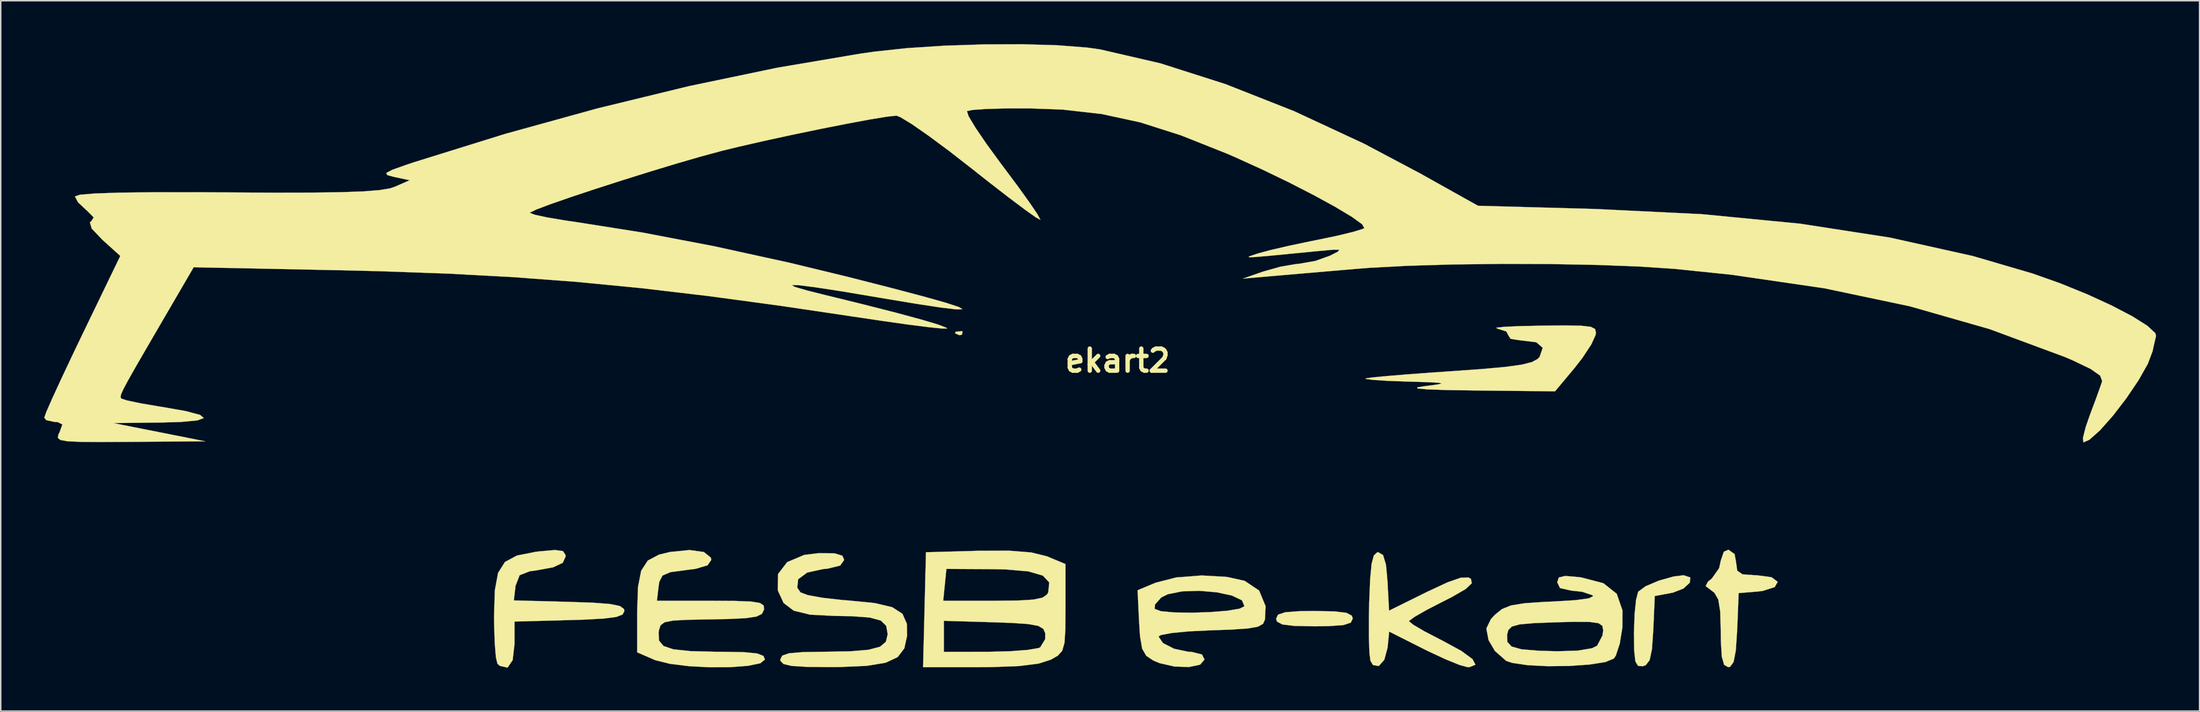
<source format=kicad_pcb>
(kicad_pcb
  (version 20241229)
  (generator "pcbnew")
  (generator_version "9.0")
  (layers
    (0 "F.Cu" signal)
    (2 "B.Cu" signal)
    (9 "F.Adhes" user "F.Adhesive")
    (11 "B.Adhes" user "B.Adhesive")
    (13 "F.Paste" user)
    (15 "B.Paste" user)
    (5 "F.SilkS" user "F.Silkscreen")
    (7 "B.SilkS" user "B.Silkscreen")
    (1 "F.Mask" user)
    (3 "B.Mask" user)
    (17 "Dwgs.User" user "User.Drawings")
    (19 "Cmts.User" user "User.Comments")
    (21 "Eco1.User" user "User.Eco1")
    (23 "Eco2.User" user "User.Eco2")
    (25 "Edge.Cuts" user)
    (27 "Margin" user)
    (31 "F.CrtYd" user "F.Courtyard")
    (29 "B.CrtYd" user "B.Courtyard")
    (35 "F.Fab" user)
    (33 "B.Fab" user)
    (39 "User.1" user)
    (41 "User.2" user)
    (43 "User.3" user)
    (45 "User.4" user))
  (footprint "ekart2"
    (layer "F.Cu")
    (at 74.088 21.857)
    (property "Reference" "ekart2" (at 0 0 0) (layer "F.SilkS") (effects (font (size 1.524 1.524) (thickness 0.3))))
    (attr through_hole)
    (fp_poly (pts (xy -10.701 -1.999) (xy -10.749 -1.789) (xy -10.936 -1.764) (xy -11.226 -1.893) (xy -11.171 -1.999) (xy -10.753 -2.041) (xy -10.701 -1.999)) (stroke (width 0.01) (type solid)) (fill yes) (layer "F.SilkS"))
    (fp_poly (pts (xy 14.978 17.314) (xy 15.797 17.414) (xy 16.167 17.612) (xy 16.228 17.815) (xy 16.089 18.094) (xy 15.588 18.258) (xy 14.598 18.332) (xy 13.582 18.344) (xy 12.186 18.317) (xy 11.367 18.217) (xy 10.997 18.018) (xy 10.936 17.815) (xy 11.075 17.536) (xy 11.576 17.372) (xy 12.566 17.298) (xy 13.582 17.286) (xy 14.978 17.314)) (stroke (width 0.01) (type solid)) (fill yes) (layer "F.SilkS"))
    (fp_poly (pts (xy 39.528 14.973) (xy 39.489 15.333) (xy 39.053 15.735) (xy 38.326 16.019) (xy 38.292 16.025) (xy 37.073 16.254) (xy 36.969 18.618) (xy 36.878 19.928) (xy 36.718 20.682) (xy 36.448 21.03) (xy 36.248 21.101) (xy 35.92 21.08) (xy 35.733 20.766) (xy 35.651 20.019) (xy 35.636 18.811) (xy 35.678 17.526) (xy 35.784 16.497) (xy 35.925 15.957) (xy 36.44 15.577) (xy 37.354 15.19) (xy 38.372 14.903) (xy 39.068 14.817) (xy 39.528 14.973)) (stroke (width 0.01) (type solid)) (fill yes) (layer "F.SilkS"))
    (fp_poly (pts (xy 42.583 13.359) (xy 42.686 13.935) (xy 42.763 14.503) (xy 43.126 14.755) (xy 43.974 14.816) (xy 44.097 14.817) (xy 45.135 14.954) (xy 45.557 15.274) (xy 45.35 15.637) (xy 44.505 15.905) (xy 44.185 15.942) (xy 42.862 16.051) (xy 42.759 18.609) (xy 42.667 20.004) (xy 42.513 20.809) (xy 42.269 21.141) (xy 42.141 21.167) (xy 41.86 21.007) (xy 41.699 20.446) (xy 41.633 19.359) (xy 41.628 18.715) (xy 41.59 17.334) (xy 41.455 16.492) (xy 41.184 16.024) (xy 41.01 15.893) (xy 40.586 15.57) (xy 40.737 15.265) (xy 41.01 15.043) (xy 41.516 14.326) (xy 41.628 13.808) (xy 41.837 13.195) (xy 42.157 13.053) (xy 42.583 13.359)) (stroke (width 0.01) (type solid)) (fill yes) (layer "F.SilkS"))
    (fp_poly (pts (xy -38.286 13.147) (xy -38.106 13.415) (xy -38.1 13.526) (xy -38.297 13.961) (xy -38.959 14.27) (xy -40.193 14.496) (xy -40.569 14.542) (xy -41.274 14.816) (xy -41.556 15.551) (xy -41.562 15.598) (xy -41.672 16.556) (xy -37.858 16.657) (xy -36.129 16.719) (xy -34.996 16.809) (xy -34.348 16.947) (xy -34.074 17.148) (xy -34.043 17.286) (xy -34.165 17.53) (xy -34.604 17.699) (xy -35.472 17.811) (xy -36.878 17.886) (xy -37.835 17.915) (xy -41.628 18.016) (xy -41.628 19.591) (xy -41.755 20.683) (xy -42.105 21.196) (xy -42.633 21.081) (xy -42.804 20.931) (xy -42.91 20.494) (xy -42.991 19.528) (xy -43.035 18.211) (xy -43.039 17.635) (xy -42.985 15.858) (xy -42.763 14.655) (xy -42.284 13.897) (xy -41.458 13.456) (xy -40.196 13.205) (xy -39.912 13.169) (xy -38.834 13.075) (xy -38.286 13.147)) (stroke (width 0.01) (type solid)) (fill yes) (layer "F.SilkS"))
    (fp_poly (pts (xy 18.321 13.426) (xy 18.522 14.097) (xy 18.626 15.246) (xy 18.732 17.263) (xy 21.356 15.965) (xy 22.764 15.308) (xy 23.681 14.988) (xy 24.22 14.972) (xy 24.387 15.073) (xy 24.443 15.371) (xy 24.026 15.769) (xy 23.058 16.328) (xy 22.451 16.635) (xy 21.321 17.218) (xy 20.49 17.694) (xy 20.115 17.973) (xy 20.108 17.992) (xy 20.401 18.234) (xy 21.171 18.686) (xy 22.262 19.254) (xy 22.401 19.324) (xy 23.719 20.041) (xy 24.496 20.611) (xy 24.696 20.998) (xy 24.283 21.163) (xy 24.156 21.167) (xy 23.597 21.015) (xy 22.611 20.614) (xy 21.394 20.045) (xy 21.18 19.939) (xy 18.741 18.71) (xy 18.631 19.823) (xy 18.406 20.656) (xy 18.022 21.091) (xy 17.621 21.017) (xy 17.449 20.73) (xy 17.378 20.181) (xy 17.34 19.106) (xy 17.341 17.684) (xy 17.361 16.732) (xy 17.428 15.084) (xy 17.528 14.029) (xy 17.682 13.451) (xy 17.909 13.239) (xy 17.992 13.229) (xy 18.321 13.426)) (stroke (width 0.01) (type solid)) (fill yes) (layer "F.SilkS"))
    (fp_poly (pts (xy 32.006 -2.413) (xy 32.657 -2.338) (xy 32.953 -2.187) (xy 33.011 -1.942) (xy 32.986 -1.768) (xy 32.692 -1.121) (xy 32.078 -0.19) (xy 31.52 0.525) (xy 30.189 2.117) (xy 24.708 2.059) (xy 22.686 2.028) (xy 21.354 1.982) (xy 20.693 1.92) (xy 20.689 1.842) (xy 21.167 1.764) (xy 22.025 1.652) (xy 22.373 1.576) (xy 22.159 1.524) (xy 21.337 1.482) (xy 19.932 1.441) (xy 18.585 1.391) (xy 17.602 1.327) (xy 17.118 1.259) (xy 17.11 1.226) (xy 17.567 1.159) (xy 18.6 1.06) (xy 20.081 0.938) (xy 21.881 0.806) (xy 23.068 0.725) (xy 25.247 0.569) (xy 26.826 0.423) (xy 27.907 0.271) (xy 28.594 0.095) (xy 28.992 -0.121) (xy 29.123 -0.262) (xy 29.34 -0.888) (xy 28.895 -1.27) (xy 27.79 -1.405) (xy 27.76 -1.406) (xy 27.119 -1.507) (xy 26.973 -1.74) (xy 26.825 -2.018) (xy 26.2 -2.216) (xy 26.133 -2.278) (xy 26.673 -2.336) (xy 27.723 -2.385) (xy 29.172 -2.417) (xy 30.883 -2.433) (xy 32.006 -2.413)) (stroke (width 0.01) (type solid)) (fill yes) (layer "F.SilkS"))
    (fp_poly (pts (xy -5.96 13.244) (xy -4.893 13.506) (xy -4.816 13.537) (xy -3.598 14.046) (xy -3.598 17.086) (xy -3.608 18.558) (xy -3.668 19.487) (xy -3.825 20.036) (xy -4.125 20.37) (xy -4.604 20.647) (xy -5.455 20.92) (xy -6.797 21.089) (xy -8.719 21.162) (xy -9.519 21.167) (xy -13.429 21.167) (xy -13.402 20.108) (xy -11.994 20.108) (xy -8.908 20.103) (xy -7.457 20.068) (xy -6.25 19.978) (xy -5.482 19.851) (xy -5.345 19.796) (xy -5.004 19.238) (xy -4.996 18.831) (xy -5.13 18.521) (xy -5.477 18.316) (xy -6.168 18.189) (xy -7.338 18.11) (xy -8.559 18.067) (xy -11.994 17.966) (xy -11.994 20.108) (xy -13.402 20.108) (xy -13.313 16.581) (xy -12.039 16.581) (xy -8.527 16.581) (xy -6.881 16.563) (xy -5.81 16.498) (xy -5.183 16.364) (xy -4.868 16.14) (xy -4.787 15.989) (xy -4.721 15.317) (xy -5.159 14.846) (xy -6.156 14.553) (xy -7.768 14.415) (xy -8.68 14.398) (xy -11.818 14.381) (xy -12.039 16.581) (xy -13.313 16.581) (xy -13.229 13.229) (xy -9.631 13.129) (xy -7.502 13.122) (xy -5.96 13.244)) (stroke (width 0.01) (type solid)) (fill yes) (layer "F.SilkS"))
    (fp_poly (pts (xy 7.542 14.932) (xy 8.769 15.205) (xy 9.765 15.875) (xy 10.21 16.947) (xy 10.169 17.876) (xy 10.036 18.172) (xy 9.685 18.37) (xy 8.988 18.495) (xy 7.817 18.574) (xy 6.434 18.621) (xy 4.934 18.693) (xy 3.738 18.807) (xy 2.995 18.945) (xy 2.822 19.05) (xy 3.132 19.504) (xy 3.894 19.893) (xy 4.857 20.099) (xy 5.092 20.108) (xy 5.819 20.288) (xy 5.997 20.637) (xy 5.694 20.993) (xy 4.929 21.156) (xy 3.921 21.123) (xy 2.891 20.888) (xy 2.469 20.712) (xy 1.974 20.381) (xy 1.69 19.886) (xy 1.544 19.03) (xy 1.482 18.06) (xy 1.438 17.144) (xy 2.558 17.144) (xy 2.989 17.301) (xy 3.907 17.385) (xy 5.112 17.404) (xy 6.4 17.363) (xy 7.572 17.268) (xy 8.424 17.125) (xy 8.752 16.958) (xy 8.579 16.548) (xy 7.884 16.221) (xy 6.845 15.997) (xy 5.642 15.894) (xy 4.456 15.931) (xy 3.465 16.128) (xy 3.012 16.351) (xy 2.579 16.84) (xy 2.558 17.144) (xy 1.438 17.144) (xy 1.377 15.853) (xy 2.617 15.335) (xy 4.039 14.97) (xy 5.792 14.833) (xy 7.542 14.932)) (stroke (width 0.01) (type solid)) (fill yes) (layer "F.SilkS"))
    (fp_poly (pts (xy -19.538 13.305) (xy -18.999 13.467) (xy -18.874 13.758) (xy -19.152 14.152) (xy -20.035 14.367) (xy -20.342 14.394) (xy -21.426 14.632) (xy -22.048 15.093) (xy -22.113 15.675) (xy -21.887 16.001) (xy -21.387 16.19) (xy -20.372 16.375) (xy -19.035 16.525) (xy -18.578 16.56) (xy -16.765 16.738) (xy -15.555 17.025) (xy -14.849 17.482) (xy -14.547 18.17) (xy -14.534 19.012) (xy -14.722 19.869) (xy -15.182 20.472) (xy -16.015 20.861) (xy -17.32 21.076) (xy -19.199 21.157) (xy -19.844 21.161) (xy -21.465 21.146) (xy -22.498 21.081) (xy -23.061 20.949) (xy -23.271 20.733) (xy -23.283 20.637) (xy -23.152 20.369) (xy -22.677 20.206) (xy -21.732 20.125) (xy -20.373 20.104) (xy -18.483 20.072) (xy -17.193 19.964) (xy -16.398 19.753) (xy -15.993 19.409) (xy -15.875 18.903) (xy -15.875 18.87) (xy -15.974 18.31) (xy -16.349 17.946) (xy -17.119 17.738) (xy -18.4 17.645) (xy -19.52 17.628) (xy -21.221 17.542) (xy -22.356 17.265) (xy -23.053 16.738) (xy -23.439 15.904) (xy -23.458 15.831) (xy -23.438 14.734) (xy -22.808 13.91) (xy -21.628 13.413) (xy -20.632 13.293) (xy -19.538 13.305)) (stroke (width 0.01) (type solid)) (fill yes) (layer "F.SilkS"))
    (fp_poly (pts (xy -28.556 13.215) (xy -28.073 13.603) (xy -28.046 13.758) (xy -28.301 14.13) (xy -29.123 14.375) (xy -29.81 14.464) (xy -30.866 14.606) (xy -31.409 14.836) (xy -31.633 15.271) (xy -31.685 15.61) (xy -31.797 16.581) (xy -28.043 16.581) (xy -26.376 16.591) (xy -25.296 16.635) (xy -24.686 16.734) (xy -24.428 16.907) (xy -24.405 17.173) (xy -24.409 17.198) (xy -24.55 17.484) (xy -24.925 17.671) (xy -25.663 17.783) (xy -26.892 17.842) (xy -28.051 17.865) (xy -29.652 17.894) (xy -30.68 17.949) (xy -31.269 18.065) (xy -31.55 18.276) (xy -31.657 18.614) (xy -31.681 18.789) (xy -31.653 19.329) (xy -31.347 19.701) (xy -30.662 19.934) (xy -29.497 20.057) (xy -27.753 20.101) (xy -27.252 20.104) (xy -25.778 20.13) (xy -24.884 20.218) (xy -24.447 20.39) (xy -24.342 20.637) (xy -24.664 20.898) (xy -25.518 21.074) (xy -26.737 21.166) (xy -28.151 21.174) (xy -29.593 21.098) (xy -30.894 20.937) (xy -31.885 20.692) (xy -32.015 20.641) (xy -33.161 20.142) (xy -33.161 17.328) (xy -33.105 15.635) (xy -32.885 14.506) (xy -32.429 13.805) (xy -31.661 13.396) (xy -30.903 13.212) (xy -29.543 13.076) (xy -28.556 13.215)) (stroke (width 0.01) (type solid)) (fill yes) (layer "F.SilkS"))
    (fp_poly (pts (xy 31.832 14.947) (xy 32.015 14.973) (xy 33.527 15.369) (xy 34.447 16.098) (xy 34.843 17.244) (xy 34.835 18.45) (xy 34.656 19.541) (xy 34.388 20.36) (xy 34.252 20.57) (xy 33.657 20.814) (xy 32.561 20.986) (xy 31.169 21.083) (xy 29.681 21.099) (xy 28.301 21.03) (xy 27.231 20.872) (xy 26.817 20.731) (xy 26.039 20.049) (xy 25.6 19.299) (xy 25.53 18.932) (xy 26.879 18.932) (xy 26.896 19.419) (xy 27.189 19.74) (xy 27.872 19.932) (xy 29.06 20.031) (xy 30.357 20.067) (xy 31.748 20.025) (xy 32.735 19.86) (xy 33.091 19.685) (xy 33.461 18.98) (xy 33.514 18.613) (xy 33.453 18.31) (xy 33.183 18.127) (xy 32.573 18.043) (xy 31.492 18.035) (xy 30.251 18.067) (xy 28.715 18.126) (xy 27.747 18.212) (xy 27.209 18.36) (xy 26.963 18.604) (xy 26.879 18.932) (xy 25.53 18.932) (xy 25.448 18.495) (xy 25.763 17.846) (xy 26.044 17.543) (xy 26.525 17.155) (xy 27.142 16.904) (xy 28.069 16.751) (xy 29.477 16.656) (xy 30.045 16.632) (xy 31.584 16.54) (xy 32.526 16.412) (xy 32.824 16.255) (xy 32.769 16.196) (xy 32.058 15.959) (xy 31.309 15.88) (xy 30.531 15.705) (xy 30.339 15.306) (xy 30.449 14.973) (xy 30.891 14.865) (xy 31.832 14.947)) (stroke (width 0.01) (type solid)) (fill yes) (layer "F.SilkS"))
    (fp_poly (pts (xy -4.143 -21.781) (xy -2.123 -21.625) (xy -1.211 -21.496) (xy 2.95 -20.534) (xy 7.457 -19.094) (xy 12.187 -17.227) (xy 17.013 -14.981) (xy 20.849 -12.948) (xy 24.871 -10.698) (xy 32.985 -10.475) (xy 40.335 -10.117) (xy 47.093 -9.462) (xy 53.307 -8.5) (xy 59.028 -7.226) (xy 63.147 -6.02) (xy 65.054 -5.344) (xy 66.912 -4.589) (xy 68.608 -3.81) (xy 70.033 -3.065) (xy 71.073 -2.409) (xy 71.619 -1.9) (xy 71.669 -1.709) (xy 71.49 -0.934) (xy 71.431 -0.652) (xy 71.099 0.224) (xy 70.458 1.357) (xy 69.62 2.598) (xy 68.7 3.796) (xy 67.812 4.801) (xy 67.069 5.463) (xy 66.657 5.644) (xy 66.622 5.349) (xy 66.813 4.585) (xy 67.088 3.792) (xy 67.508 2.668) (xy 67.833 1.763) (xy 67.95 1.411) (xy 67.814 1.036) (xy 67.154 0.571) (xy 65.905 -0.028) (xy 65.363 -0.259) (xy 60.17 -2.183) (xy 54.671 -3.756) (xy 48.77 -4.999) (xy 42.37 -5.934) (xy 38.453 -6.338) (xy 36.032 -6.501) (xy 33.096 -6.612) (xy 29.836 -6.673) (xy 26.441 -6.683) (xy 23.1 -6.643) (xy 20.004 -6.551) (xy 17.34 -6.408) (xy 16.581 -6.349) (xy 14.726 -6.191) (xy 12.913 -6.035) (xy 11.383 -5.903) (xy 10.583 -5.834) (xy 8.643 -5.666) (xy 10.054 -6.157) (xy 11.236 -6.489) (xy 12.348 -6.679) (xy 12.524 -6.692) (xy 13.63 -6.884) (xy 14.64 -7.243) (xy 15.203 -7.528) (xy 15.294 -7.658) (xy 14.835 -7.659) (xy 13.758 -7.561) (xy 11.751 -7.365) (xy 10.36 -7.231) (xy 9.501 -7.158) (xy 9.089 -7.141) (xy 9.039 -7.179) (xy 9.265 -7.266) (xy 9.682 -7.402) (xy 9.701 -7.408) (xy 10.541 -7.636) (xy 11.832 -7.936) (xy 13.335 -8.252) (xy 13.758 -8.336) (xy 15.145 -8.625) (xy 16.261 -8.896) (xy 16.928 -9.103) (xy 17.026 -9.156) (xy 16.871 -9.423) (xy 16.173 -9.927) (xy 15.036 -10.61) (xy 13.558 -11.42) (xy 11.843 -12.301) (xy 9.991 -13.197) (xy 8.103 -14.055) (xy 7.537 -14.3) (xy 4.367 -15.561) (xy 1.558 -16.457) (xy -1.099 -17.033) (xy -3.812 -17.34) (xy -6.055 -17.421) (xy -7.693 -17.419) (xy -9.063 -17.381) (xy -10.016 -17.315) (xy -10.401 -17.232) (xy -10.288 -16.882) (xy -9.812 -16.089) (xy -9.048 -14.966) (xy -8.069 -13.625) (xy -7.918 -13.425) (xy -6.908 -12.072) (xy -6.089 -10.933) (xy -5.539 -10.119) (xy -5.333 -9.738) (xy -5.336 -9.725) (xy -5.641 -9.892) (xy -6.401 -10.432) (xy -7.524 -11.276) (xy -8.916 -12.353) (xy -10.054 -13.253) (xy -11.625 -14.475) (xy -13.041 -15.526) (xy -14.197 -16.33) (xy -14.987 -16.812) (xy -15.263 -16.919) (xy -15.905 -16.852) (xy -17.092 -16.657) (xy -18.681 -16.362) (xy -20.53 -15.996) (xy -22.497 -15.588) (xy -24.438 -15.166) (xy -26.212 -14.759) (xy -27.34 -14.483) (xy -28.73 -14.107) (xy -30.416 -13.618) (xy -32.28 -13.053) (xy -34.203 -12.451) (xy -36.067 -11.851) (xy -37.753 -11.29) (xy -39.141 -10.808) (xy -40.114 -10.441) (xy -40.553 -10.23) (xy -40.566 -10.21) (xy -40.243 -10.08) (xy -39.373 -9.893) (xy -38.11 -9.68) (xy -37.306 -9.563) (xy -32.812 -8.852) (xy -27.854 -7.905) (xy -22.618 -6.757) (xy -18.697 -5.807) (xy -15.739 -5.053) (xy -13.465 -4.453) (xy -11.871 -4.005) (xy -10.953 -3.705) (xy -10.707 -3.551) (xy -11.13 -3.54) (xy -12.216 -3.67) (xy -13.963 -3.936) (xy -16.367 -4.337) (xy -16.791 -4.41) (xy -19.158 -4.806) (xy -20.905 -5.073) (xy -22.019 -5.212) (xy -22.488 -5.221) (xy -22.298 -5.1) (xy -21.437 -4.848) (xy -20.285 -4.559) (xy -17.544 -3.886) (xy -15.277 -3.307) (xy -13.535 -2.836) (xy -12.363 -2.485) (xy -11.81 -2.268) (xy -11.776 -2.217) (xy -12.155 -2.221) (xy -13.112 -2.321) (xy -14.528 -2.502) (xy -16.287 -2.751) (xy -17.689 -2.961) (xy -23.235 -3.784) (xy -28.252 -4.463) (xy -32.898 -5.01) (xy -37.331 -5.44) (xy -41.709 -5.769) (xy -46.19 -6.01) (xy -50.933 -6.178) (xy -53.669 -6.244) (xy -63.77 -6.451) (xy -65.804 -2.961) (xy -66.928 -1.03) (xy -67.743 0.378) (xy -68.293 1.35) (xy -68.625 1.973) (xy -68.784 2.332) (xy -68.817 2.515) (xy -68.77 2.609) (xy -68.758 2.62) (xy -68.35 2.753) (xy -67.428 2.945) (xy -66.179 3.159) (xy -65.955 3.193) (xy -64.291 3.486) (xy -63.33 3.744) (xy -63.072 3.961) (xy -63.516 4.126) (xy -64.663 4.234) (xy -65.987 4.271) (xy -69.321 4.309) (xy -62.971 5.569) (xy -68.187 5.607) (xy -70.198 5.618) (xy -71.603 5.608) (xy -72.497 5.565) (xy -72.98 5.474) (xy -73.15 5.321) (xy -73.104 5.094) (xy -73.025 4.939) (xy -72.834 4.404) (xy -73.161 4.239) (xy -73.365 4.233) (xy -73.946 4.109) (xy -74.083 3.933) (xy -73.937 3.53) (xy -73.531 2.604) (xy -72.915 1.265) (xy -72.141 -0.378) (xy -71.459 -1.8) (xy -68.836 -7.232) (xy -70.066 -8.343) (xy -70.809 -9.121) (xy -70.936 -9.559) (xy -70.838 -9.629) (xy -70.673 -9.894) (xy -71.136 -10.363) (xy -71.173 -10.39) (xy -71.756 -10.939) (xy -71.967 -11.34) (xy -71.625 -11.458) (xy -70.597 -11.546) (xy -68.878 -11.604) (xy -66.465 -11.633) (xy -63.353 -11.632) (xy -61.472 -11.62) (xy -58.232 -11.601) (xy -55.63 -11.606) (xy -53.599 -11.635) (xy -52.071 -11.69) (xy -50.978 -11.775) (xy -50.254 -11.891) (xy -49.918 -11.998) (xy -48.86 -12.46) (xy -49.918 -12.684) (xy -50.405 -12.814) (xy -50.48 -12.961) (xy -50.067 -13.18) (xy -49.088 -13.529) (xy -48.507 -13.722) (xy -42.273 -15.661) (xy -35.906 -17.421) (xy -29.582 -18.96) (xy -23.478 -20.234) (xy -17.773 -21.201) (xy -16.784 -21.342) (xy -14.523 -21.585) (xy -11.947 -21.753) (xy -9.236 -21.842) (xy -6.574 -21.852) (xy -4.143 -21.781)) (stroke (width 0.01) (type solid)) (fill yes) (layer "F.SilkS")))
  (gr_rect
    (start -3 -3)
    (end 148.762 46.059)
    (stroke (width 0.1) (type default))
    (fill no)
    (layer "Edge.Cuts")))
</source>
